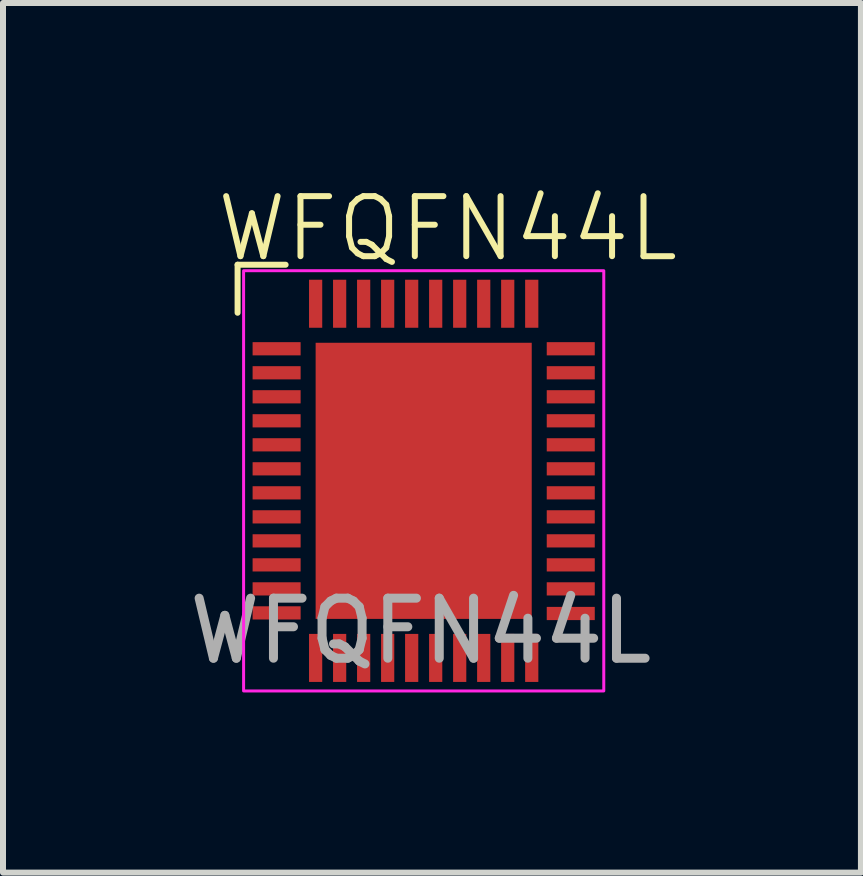
<source format=kicad_pcb>
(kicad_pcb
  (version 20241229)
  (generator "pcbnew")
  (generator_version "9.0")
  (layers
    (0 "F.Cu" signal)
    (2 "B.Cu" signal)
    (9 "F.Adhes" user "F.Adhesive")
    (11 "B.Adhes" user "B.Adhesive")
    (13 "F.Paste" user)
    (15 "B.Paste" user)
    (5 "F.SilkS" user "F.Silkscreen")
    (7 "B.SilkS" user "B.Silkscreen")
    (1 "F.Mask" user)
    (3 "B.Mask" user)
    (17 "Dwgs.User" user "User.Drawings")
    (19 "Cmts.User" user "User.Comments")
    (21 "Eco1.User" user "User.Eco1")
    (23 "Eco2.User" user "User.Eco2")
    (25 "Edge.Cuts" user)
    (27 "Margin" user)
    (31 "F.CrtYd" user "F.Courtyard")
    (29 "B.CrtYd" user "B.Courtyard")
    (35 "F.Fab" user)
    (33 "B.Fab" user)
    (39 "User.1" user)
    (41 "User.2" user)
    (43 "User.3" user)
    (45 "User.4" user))
  (footprint "WFQFN44L"
    (layer "F.Cu")
    (at 4.008 4.96)
    (property "Reference" "WFQFN44L" (at 0.4 -4.2 0) (unlocked yes) (layer "F.SilkS") (effects (font (size 1 1) (thickness 0.1))))
    (attr smd)
    (fp_line (start -3.1 -3.6) (end -3.1 -2.8) (stroke (width 0.1) (type default)) (layer "F.SilkS"))
    (fp_line (start -2.3 -3.6) (end -3.1 -3.6) (stroke (width 0.1) (type default)) (layer "F.SilkS"))
    (fp_rect (start -3 -3.5) (end 3 3.5) (stroke (width 0.05) (type default)) (fill no) (layer "F.CrtYd"))
    (fp_text user "${REFERENCE}" (at -0.05 2.5 0) (unlocked yes) (layer "F.Fab") (effects (font (size 1 1) (thickness 0.15))))
    (pad "1" smd rect (at -2.45 -2.2) (size 0.8 0.22) (layers "F.Cu" "F.Mask" "F.Paste"))
    (pad "2" smd rect (at -2.45 -1.8) (size 0.8 0.22) (layers "F.Cu" "F.Mask" "F.Paste"))
    (pad "3" smd rect (at -2.45 -1.4) (size 0.8 0.22) (layers "F.Cu" "F.Mask" "F.Paste"))
    (pad "4" smd rect (at -2.45 -1) (size 0.8 0.22) (layers "F.Cu" "F.Mask" "F.Paste"))
    (pad "5" smd rect (at -2.45 -0.6) (size 0.8 0.22) (layers "F.Cu" "F.Mask" "F.Paste"))
    (pad "6" smd rect (at -2.45 -0.2) (size 0.8 0.22) (layers "F.Cu" "F.Mask" "F.Paste"))
    (pad "7" smd rect (at -2.45 0.2) (size 0.8 0.22) (layers "F.Cu" "F.Mask" "F.Paste"))
    (pad "8" smd rect (at -2.45 0.6) (size 0.8 0.22) (layers "F.Cu" "F.Mask" "F.Paste"))
    (pad "9" smd rect (at -2.45 1) (size 0.8 0.22) (layers "F.Cu" "F.Mask" "F.Paste"))
    (pad "10" smd rect (at -2.45 1.4) (size 0.8 0.22) (layers "F.Cu" "F.Mask" "F.Paste"))
    (pad "11" smd rect (at -2.45 1.8) (size 0.8 0.22) (layers "F.Cu" "F.Mask" "F.Paste"))
    (pad "12" smd rect (at -2.45 2.2) (size 0.8 0.22) (layers "F.Cu" "F.Mask" "F.Paste"))
    (pad "13" smd rect (at -1.8 2.95 270) (size 0.8 0.22) (layers "F.Cu" "F.Mask" "F.Paste"))
    (pad "14" smd rect (at -1.4 2.95 270) (size 0.8 0.22) (layers "F.Cu" "F.Mask" "F.Paste"))
    (pad "15" smd rect (at -1 2.95 270) (size 0.8 0.22) (layers "F.Cu" "F.Mask" "F.Paste"))
    (pad "16" smd rect (at -0.6 2.95 270) (size 0.8 0.22) (layers "F.Cu" "F.Mask" "F.Paste"))
    (pad "17" smd rect (at -0.2 2.95 270) (size 0.8 0.22) (layers "F.Cu" "F.Mask" "F.Paste"))
    (pad "18" smd rect (at 0.2 2.95 270) (size 0.8 0.22) (layers "F.Cu" "F.Mask" "F.Paste"))
    (pad "19" smd rect (at 0.6 2.95 270) (size 0.8 0.22) (layers "F.Cu" "F.Mask" "F.Paste"))
    (pad "20" smd rect (at 1 2.95 270) (size 0.8 0.22) (layers "F.Cu" "F.Mask" "F.Paste"))
    (pad "21" smd rect (at 1.4 2.95 270) (size 0.8 0.22) (layers "F.Cu" "F.Mask" "F.Paste"))
    (pad "22" smd rect (at 1.8 2.95 270) (size 0.8 0.22) (layers "F.Cu" "F.Mask" "F.Paste"))
    (pad "23" smd rect (at 2.45 2.21 180) (size 0.8 0.22) (layers "F.Cu" "F.Mask" "F.Paste"))
    (pad "24" smd rect (at 2.45 1.8 180) (size 0.8 0.22) (layers "F.Cu" "F.Mask" "F.Paste"))
    (pad "25" smd rect (at 2.45 1.4 180) (size 0.8 0.22) (layers "F.Cu" "F.Mask" "F.Paste"))
    (pad "26" smd rect (at 2.45 1 180) (size 0.8 0.22) (layers "F.Cu" "F.Mask" "F.Paste"))
    (pad "27" smd rect (at 2.45 0.6 180) (size 0.8 0.22) (layers "F.Cu" "F.Mask" "F.Paste"))
    (pad "28" smd rect (at 2.45 0.2 180) (size 0.8 0.22) (layers "F.Cu" "F.Mask" "F.Paste"))
    (pad "29" smd rect (at 2.45 -0.2 180) (size 0.8 0.22) (layers "F.Cu" "F.Mask" "F.Paste"))
    (pad "30" smd rect (at 2.45 -0.6 180) (size 0.8 0.22) (layers "F.Cu" "F.Mask" "F.Paste"))
    (pad "31" smd rect (at 2.45 -1 180) (size 0.8 0.22) (layers "F.Cu" "F.Mask" "F.Paste"))
    (pad "32" smd rect (at 2.45 -1.4 180) (size 0.8 0.22) (layers "F.Cu" "F.Mask" "F.Paste"))
    (pad "33" smd rect (at 2.45 -1.8 180) (size 0.8 0.22) (layers "F.Cu" "F.Mask" "F.Paste"))
    (pad "34" smd rect (at 2.45 -2.2 180) (size 0.8 0.22) (layers "F.Cu" "F.Mask" "F.Paste"))
    (pad "35" smd rect (at 1.8 -2.95 90) (size 0.8 0.22) (layers "F.Cu" "F.Mask" "F.Paste"))
    (pad "36" smd rect (at 1.4 -2.95 90) (size 0.8 0.22) (layers "F.Cu" "F.Mask" "F.Paste"))
    (pad "37" smd rect (at 1 -2.95 90) (size 0.8 0.22) (layers "F.Cu" "F.Mask" "F.Paste"))
    (pad "38" smd rect (at 0.6 -2.95 90) (size 0.8 0.22) (layers "F.Cu" "F.Mask" "F.Paste"))
    (pad "39" smd rect (at 0.2 -2.95 90) (size 0.8 0.22) (layers "F.Cu" "F.Mask" "F.Paste"))
    (pad "40" smd rect (at -0.2 -2.95 90) (size 0.8 0.22) (layers "F.Cu" "F.Mask" "F.Paste"))
    (pad "41" smd rect (at -0.6 -2.95 90) (size 0.8 0.22) (layers "F.Cu" "F.Mask" "F.Paste"))
    (pad "42" smd rect (at -1 -2.95 90) (size 0.8 0.22) (layers "F.Cu" "F.Mask" "F.Paste"))
    (pad "43" smd rect (at -1.4 -2.95 90) (size 0.8 0.22) (layers "F.Cu" "F.Mask" "F.Paste"))
    (pad "44" smd rect (at -1.8 -2.95 90) (size 0.8 0.22) (layers "F.Cu" "F.Mask" "F.Paste"))
    (pad "45" smd rect (at 0 0 180) (size 3.6 4.6) (layers "F.Cu" "F.Mask" "F.Paste")))
  (gr_rect
    (start -3 -3)
    (end 11.292 11.486)
    (stroke (width 0.1) (type default))
    (fill no)
    (layer "Edge.Cuts")))
</source>
